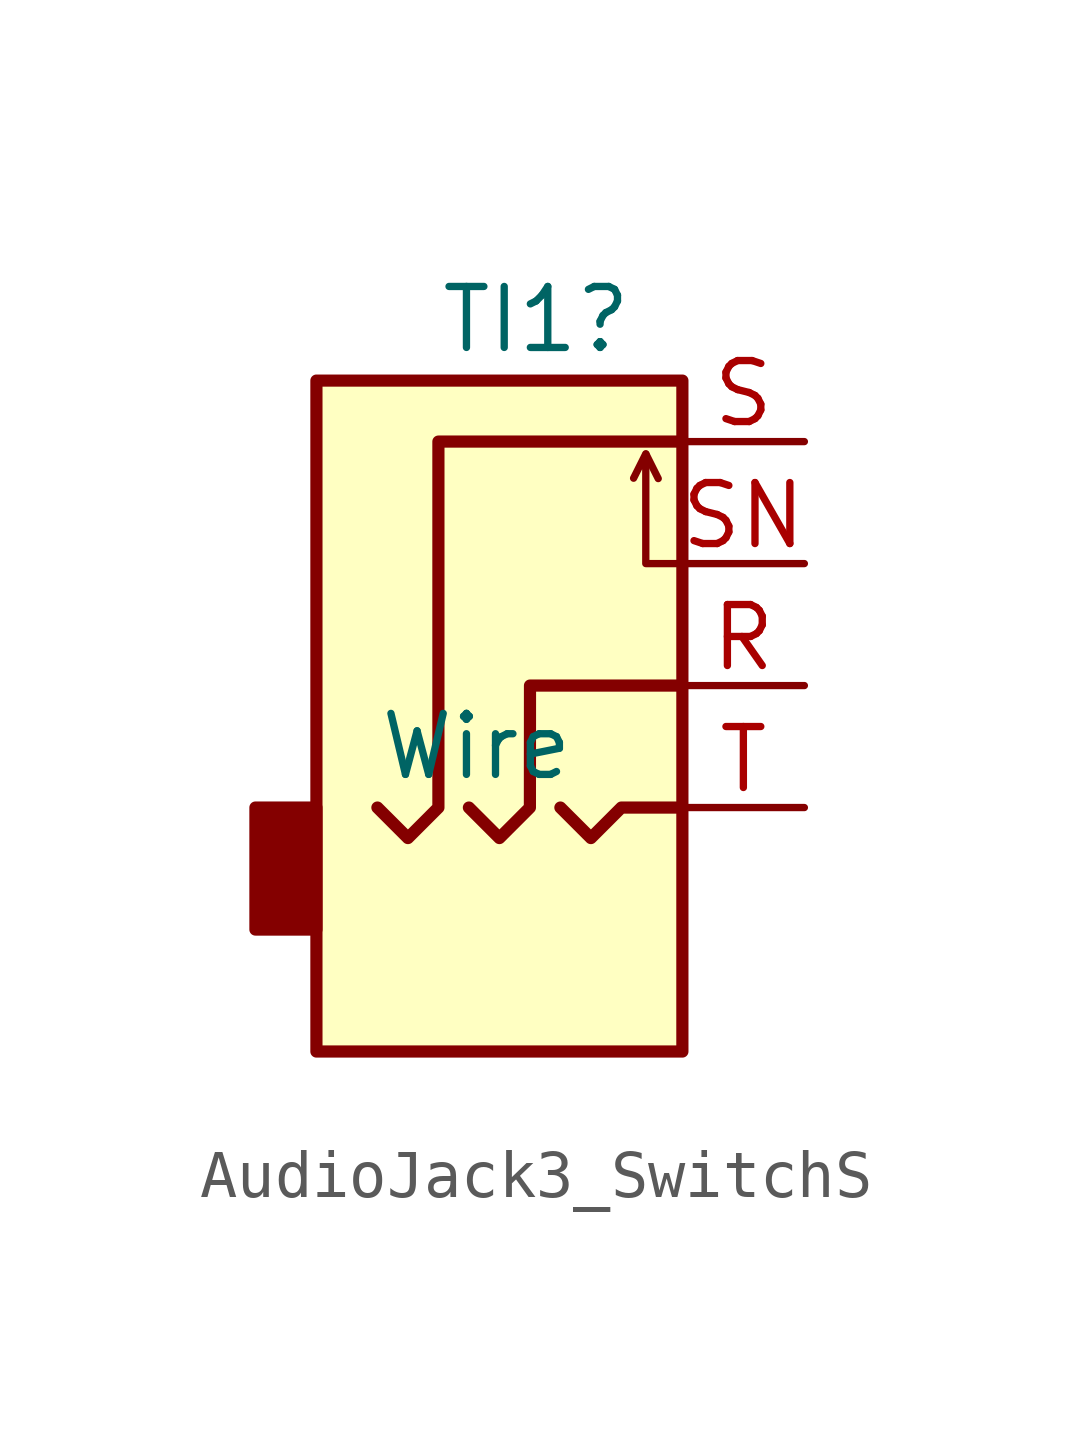
<source format=kicad_sym>
(kicad_symbol_lib
  (version 20231120)
  (generator "kicad_symbol_editor")
  (generator_version "8.0")
  (symbol "AudioJack3_SwitchS"
    (property "Reference" "TI1"
      (at -2.54 5.08 0)
      (effects (font (size 1.27 1.27)) (justify left)))
    (property "Value" "Wire"
      (at -3.81 -3.81 0)
      (effects (font (size 1.27 1.27)) (justify left)))
    (symbol "AudioJack3_SwitchS_0_1"
      (rectangle (start -5.08 -5.08) (end -6.35 -7.62) (stroke (width 0.254) (type default)) (fill (type outline)))
      (rectangle (start -5.08 3.81) (end 2.54 -10.16) (stroke (width 0.254) (type default)) (fill (type background)))
      (polyline (pts (xy 1.783 2.278) (xy 2.037 1.77)) (stroke (width 0) (type default)) (fill (type none)))
      (polyline (pts (xy 0 -5.08) (xy 0.635 -5.715) (xy 1.27 -5.08) (xy 2.54 -5.08)) (stroke (width 0.254) (type default)) (fill (type none)))
      (polyline (pts (xy 2.54 0) (xy 1.778 0) (xy 1.778 2.286) (xy 1.524 1.778)) (stroke (width 0) (type default)) (fill (type none)))
      (polyline (pts (xy -1.905 -5.08) (xy -1.27 -5.715) (xy -0.635 -5.08) (xy -0.633 -2.54) (xy 2.54 -2.54)) (stroke (width 0.254) (type default)) (fill (type none)))
      (polyline (pts (xy 2.54 2.54) (xy -2.54 2.54) (xy -2.54 -5.08) (xy -3.175 -5.715) (xy -3.81 -5.08)) (stroke (width 0.254) (type default)) (fill (type none))))
    (symbol "AudioJack3_SwitchS_1_1"
      (pin passive line (at 5.08 -2.54 180) (length 2.54) (name "~" (effects (font (size 1.27 1.27)))) (number "R" (effects (font (size 1.27 1.27)))))
      (pin passive line (at 5.08 2.54 180) (length 2.54) (name "~" (effects (font (size 1.27 1.27)))) (number "S" (effects (font (size 1.27 1.27)))))
      (pin passive line (at 5.08 0 180) (length 2.54) (name "~" (effects (font (size 1.27 1.27)))) (number "SN" (effects (font (size 1.27 1.27)))))
      (pin passive line (at 5.08 -5.08 180) (length 2.54) (name "~" (effects (font (size 1.27 1.27)))) (number "T" (effects (font (size 1.27 1.27))))))))
</source>
